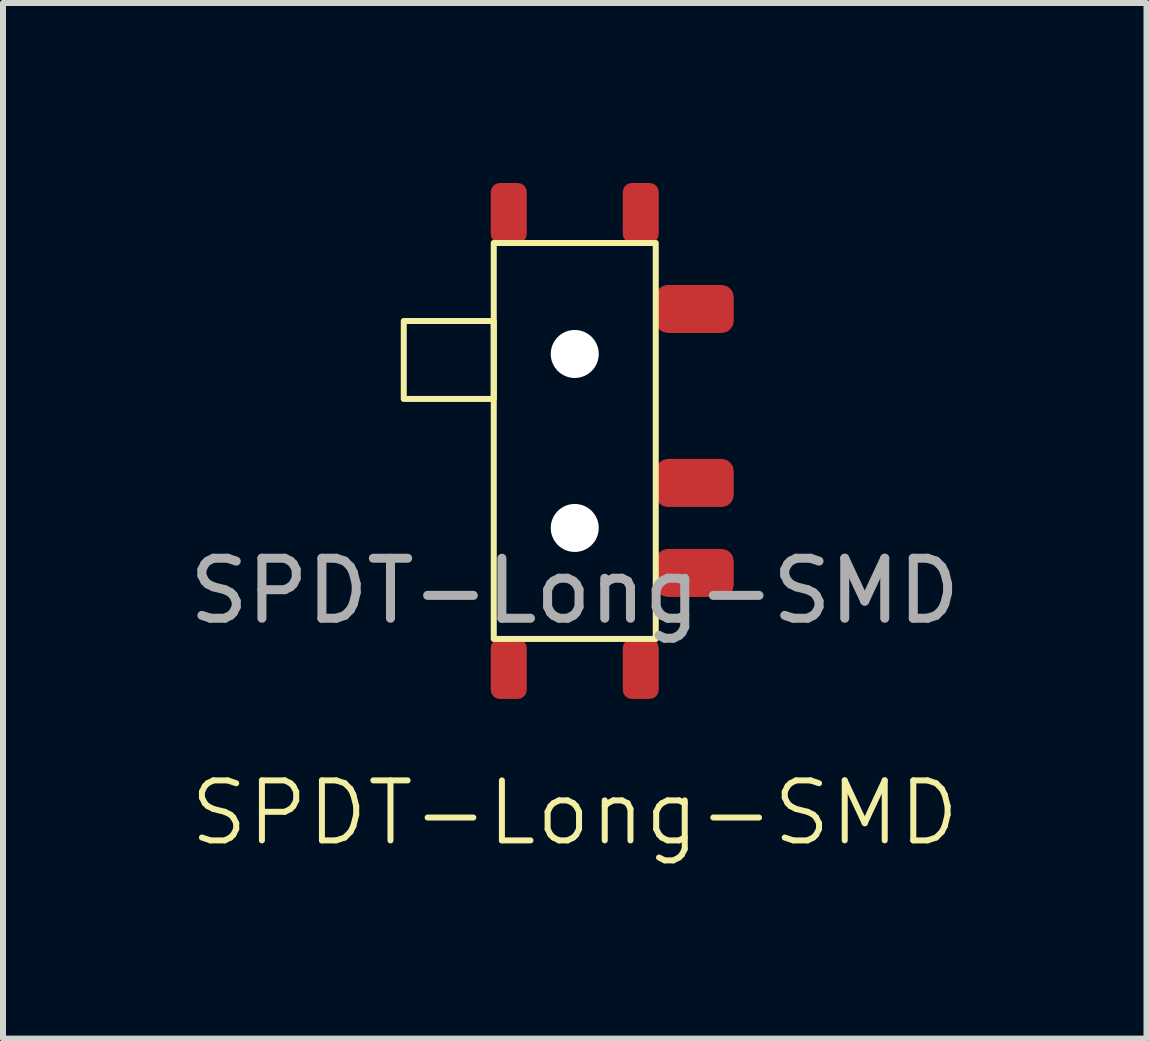
<source format=kicad_pcb>
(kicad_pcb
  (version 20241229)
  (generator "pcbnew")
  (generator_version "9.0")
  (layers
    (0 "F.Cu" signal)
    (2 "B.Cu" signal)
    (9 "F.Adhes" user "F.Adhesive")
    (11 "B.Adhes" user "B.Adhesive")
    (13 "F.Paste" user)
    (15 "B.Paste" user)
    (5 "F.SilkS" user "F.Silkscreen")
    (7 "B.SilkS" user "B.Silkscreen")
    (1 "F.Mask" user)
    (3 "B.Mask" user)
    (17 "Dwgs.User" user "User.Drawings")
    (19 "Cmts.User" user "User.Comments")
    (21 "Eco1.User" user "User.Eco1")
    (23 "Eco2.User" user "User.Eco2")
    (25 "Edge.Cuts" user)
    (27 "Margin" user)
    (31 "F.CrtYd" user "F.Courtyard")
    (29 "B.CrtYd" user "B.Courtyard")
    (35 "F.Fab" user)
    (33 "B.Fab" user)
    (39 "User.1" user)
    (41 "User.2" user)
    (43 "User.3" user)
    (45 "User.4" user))
  (footprint "SPDT-Long-SMD"
    (layer "F.Cu")
    (at 6.53 4.3)
    (property "Reference" "SPDT-Long-SMD" (at 0 6.2 0) (unlocked yes) (layer "F.SilkS") (effects (font (size 1 1) (thickness 0.1))))
    (attr smd)
    (fp_rect (start -1.35 -3.3) (end 1.35 3.3) (stroke (width 0.1) (type default)) (fill no) (layer "F.SilkS"))
    (fp_rect (start -1.35 -0.7) (end -2.85 -2) (stroke (width 0.1) (type default)) (fill no) (layer "F.SilkS"))
    (fp_text user "${REFERENCE}" (at 0 2.5 0) (unlocked yes) (layer "F.Fab") (effects (font (size 1 1) (thickness 0.15))))
    (pad "" np_thru_hole circle (at 0 -1.45 90) (size 0.8 0.8) (drill 0.8) (layers "*.Cu" "*.Mask"))
    (pad "" np_thru_hole circle (at 0 1.45 90) (size 0.8 0.8) (drill 0.8) (layers "*.Cu" "*.Mask"))
    (pad "0" smd roundrect (at -1.1 -3.8) (size 0.6 1) (layers "F.Cu" "F.Mask" "F.Paste") (roundrect_rratio 0.25))
    (pad "0" smd roundrect (at -1.1 3.8) (size 0.6 1) (layers "F.Cu" "F.Mask" "F.Paste") (roundrect_rratio 0.25))
    (pad "0" smd roundrect (at 1.1 -3.8) (size 0.6 1) (layers "F.Cu" "F.Mask" "F.Paste") (roundrect_rratio 0.25))
    (pad "0" smd roundrect (at 1.1 3.8) (size 0.6 1) (layers "F.Cu" "F.Mask" "F.Paste") (roundrect_rratio 0.25))
    (pad "1" smd roundrect (at 2 -2.2 90) (size 0.8 1.3) (layers "F.Cu" "F.Mask" "F.Paste") (roundrect_rratio 0.25))
    (pad "2" smd roundrect (at 2 0.7 90) (size 0.8 1.3) (layers "F.Cu" "F.Mask" "F.Paste") (roundrect_rratio 0.25))
    (pad "3" smd roundrect (at 2 2.2 90) (size 0.8 1.3) (layers "F.Cu" "F.Mask" "F.Paste") (roundrect_rratio 0.25)))
  (gr_rect
    (start -3 -3)
    (end 16.06 14.261)
    (stroke (width 0.1) (type default))
    (fill no)
    (layer "Edge.Cuts")))
</source>
